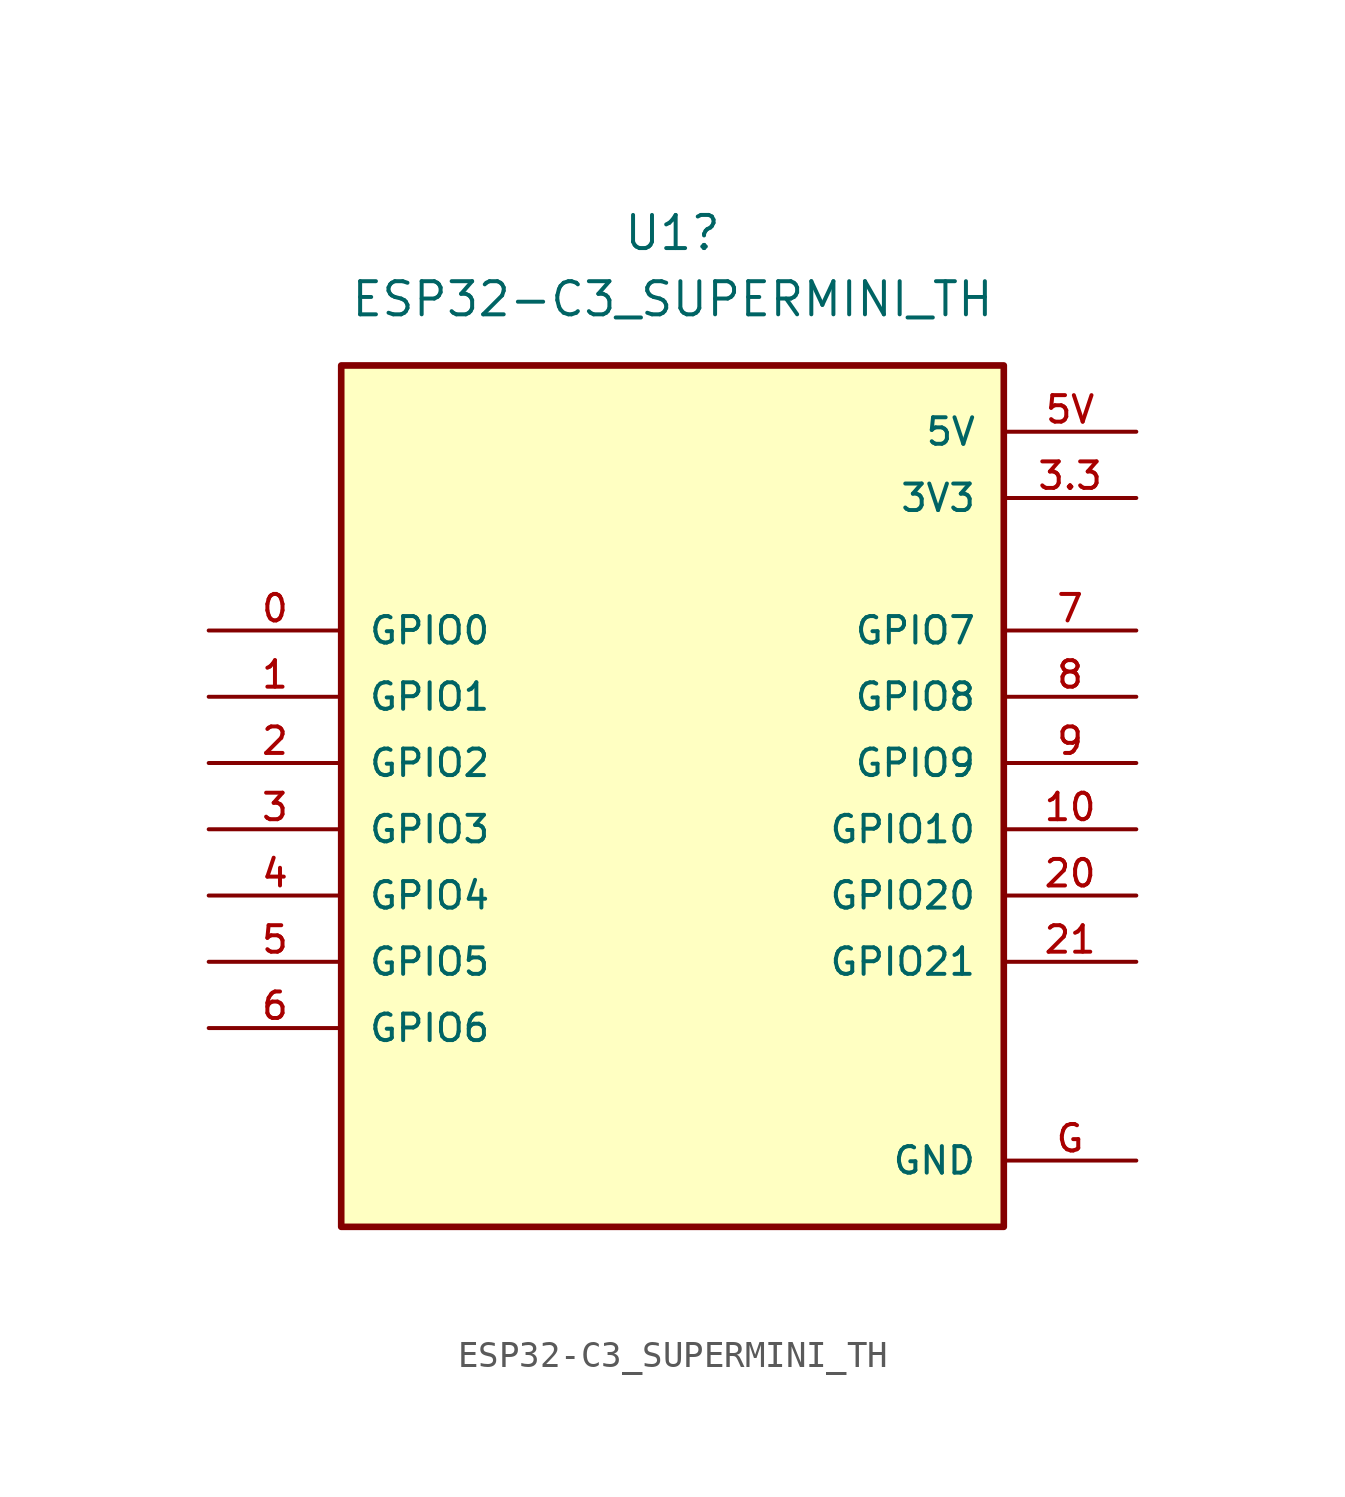
<source format=kicad_sym>
(kicad_symbol_lib
  (version 20241209)
  (generator "kicad_symbol_editor")
  (generator_version "9.0")
  (symbol "ESP32-C3_SUPERMINI_TH"
    (pin_names
      (offset 1.016))
    (property "Reference" "U1"
      (at 0 20.32 0)
      (effects (font (size 1.27 1.27))))
    (property "Value" "ESP32-C3_SUPERMINI_TH"
      (at 0 17.78 0)
      (effects (font (size 1.27 1.27))))
    (symbol "ESP32-C3_SUPERMINI_TH_0_0"
      (rectangle (start -12.7 -17.78) (end 12.7 15.24) (stroke (width 0.254) (type default)) (fill (type background)))
      (pin bidirectional line (at -17.78 5.08 0) (length 5.08) (name "GPIO0" (effects (font (size 1.016 1.016)))) (number "0" (effects (font (size 1.016 1.016)))))
      (pin bidirectional line (at -17.78 2.54 0) (length 5.08) (name "GPIO1" (effects (font (size 1.016 1.016)))) (number "1" (effects (font (size 1.016 1.016)))))
      (pin bidirectional line (at -17.78 0 0) (length 5.08) (name "GPIO2" (effects (font (size 1.016 1.016)))) (number "2" (effects (font (size 1.016 1.016)))))
      (pin bidirectional line (at -17.78 -2.54 0) (length 5.08) (name "GPIO3" (effects (font (size 1.016 1.016)))) (number "3" (effects (font (size 1.016 1.016)))))
      (pin bidirectional line (at -17.78 -5.08 0) (length 5.08) (name "GPIO4" (effects (font (size 1.016 1.016)))) (number "4" (effects (font (size 1.016 1.016)))))
      (pin bidirectional line (at -17.78 -7.62 0) (length 5.08) (name "GPIO5" (effects (font (size 1.016 1.016)))) (number "5" (effects (font (size 1.016 1.016)))))
      (pin bidirectional line (at -17.78 -10.16 0) (length 5.08) (name "GPIO6" (effects (font (size 1.016 1.016)))) (number "6" (effects (font (size 1.016 1.016)))))
      (pin power_in line (at 17.78 12.7 180) (length 5.08) (name "5V" (effects (font (size 1.016 1.016)))) (number "5V" (effects (font (size 1.016 1.016)))))
      (pin power_in line (at 17.78 10.16 180) (length 5.08) (name "3V3" (effects (font (size 1.016 1.016)))) (number "3.3" (effects (font (size 1.016 1.016)))))
      (pin bidirectional line (at 17.78 5.08 180) (length 5.08) (name "GPIO7" (effects (font (size 1.016 1.016)))) (number "7" (effects (font (size 1.016 1.016)))))
      (pin bidirectional line (at 17.78 2.54 180) (length 5.08) (name "GPIO8" (effects (font (size 1.016 1.016)))) (number "8" (effects (font (size 1.016 1.016)))))
      (pin bidirectional line (at 17.78 0 180) (length 5.08) (name "GPIO9" (effects (font (size 1.016 1.016)))) (number "9" (effects (font (size 1.016 1.016)))))
      (pin bidirectional line (at 17.78 -2.54 180) (length 5.08) (name "GPIO10" (effects (font (size 1.016 1.016)))) (number "10" (effects (font (size 1.016 1.016)))))
      (pin bidirectional line (at 17.78 -5.08 180) (length 5.08) (name "GPIO20" (effects (font (size 1.016 1.016)))) (number "20" (effects (font (size 1.016 1.016)))))
      (pin bidirectional line (at 17.78 -7.62 180) (length 5.08) (name "GPIO21" (effects (font (size 1.016 1.016)))) (number "21" (effects (font (size 1.016 1.016)))))
      (pin power_in line (at 17.78 -15.24 180) (length 5.08) (name "GND" (effects (font (size 1.016 1.016)))) (number "G" (effects (font (size 1.016 1.016))))))))
</source>
